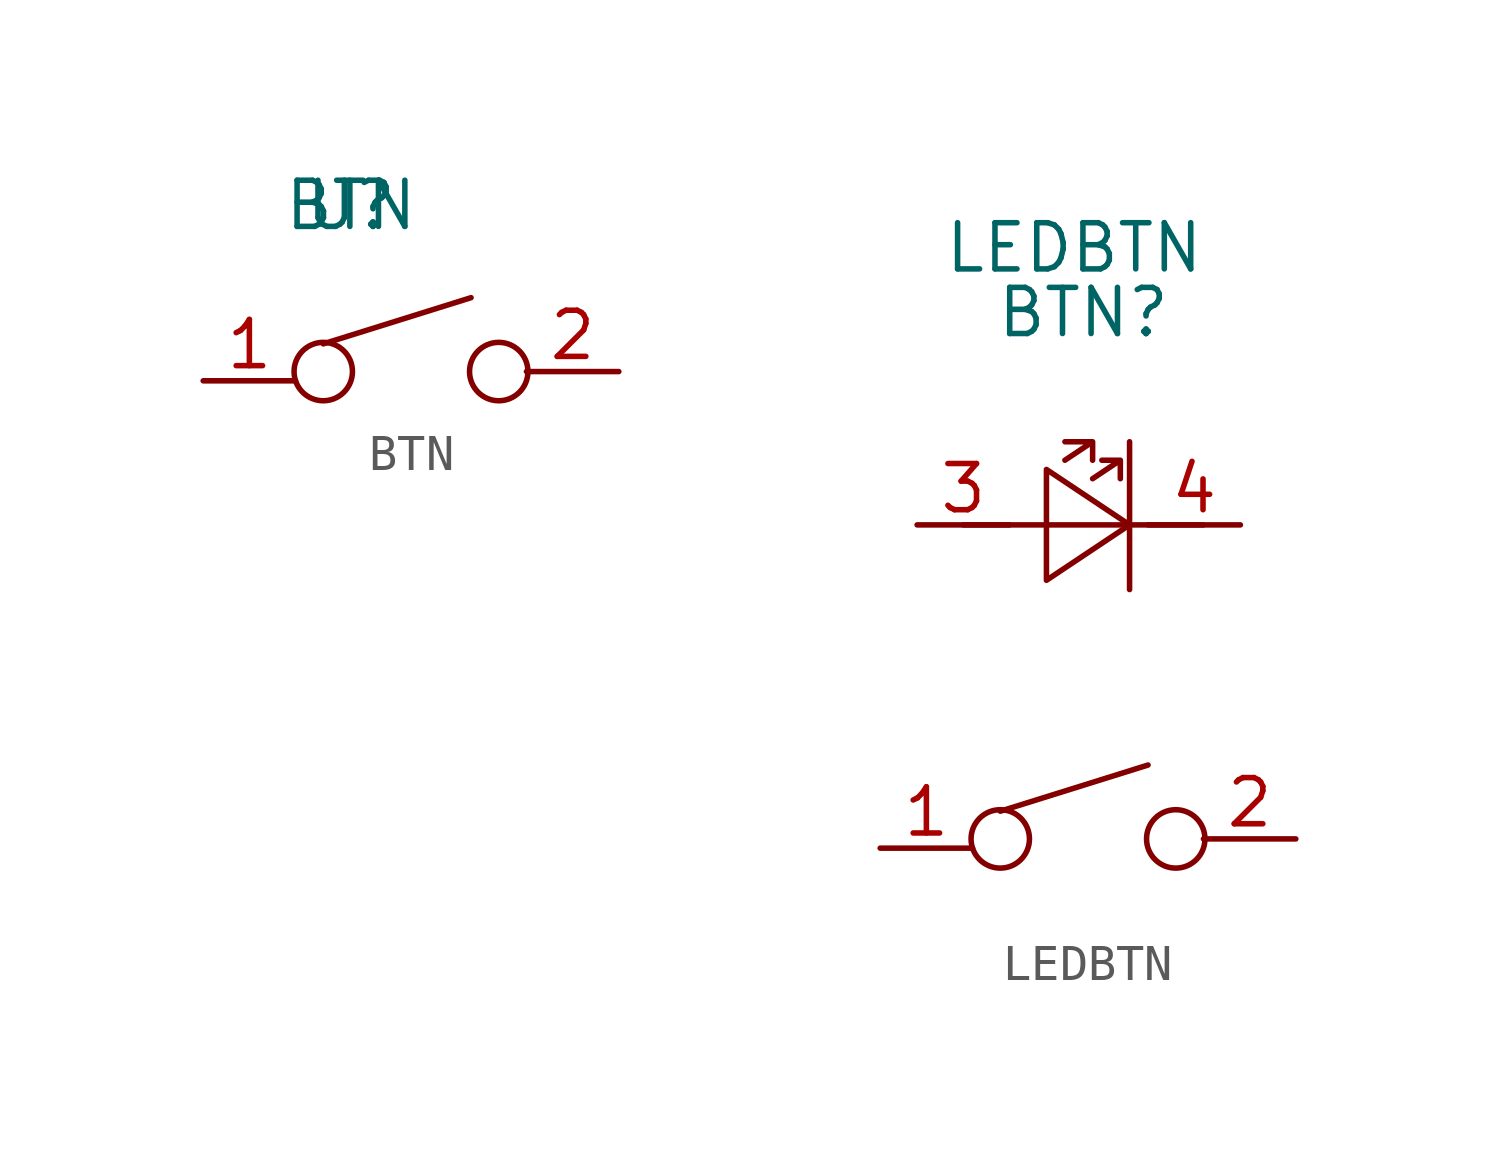
<source format=kicad_sym>
(kicad_symbol_lib
  (version 20211014)
  (generator kicad_symbol_editor)
  (symbol "BTN"
    (property "Reference" "U"
      (at 0 0 0)
      (effects (font (size 1.27 1.27))))
    (property "Value" "BTN"
      (at 0 0 0)
      (effects (font (size 1.27 1.27))))
    (symbol "BTN_0_1"
      (circle (center -0.762 -4.572) (radius 0.803) (stroke (width 0) (type default) (color 0 0 0 0)) (fill (type none)))
      (polyline (pts (xy -0.762 -3.81) (xy 3.302 -2.54)) (stroke (width 0) (type default) (color 0 0 0 0)) (fill (type none)))
      (circle (center 4.064 -4.572) (radius 0.803) (stroke (width 0) (type default) (color 0 0 0 0)) (fill (type none))))
    (symbol "BTN_1_1"
      (pin passive line (at -4.064 -4.826 0) (length 2.54) (name "" (effects (font (size 1.27 1.27)))) (number "1" (effects (font (size 1.27 1.27)))))
      (pin passive line (at 7.366 -4.572 180) (length 2.54) (name "" (effects (font (size 1.27 1.27)))) (number "2" (effects (font (size 1.27 1.27)))))))
  (symbol "LEDBTN"
    (property "Reference" "BTN"
      (at 0.762 7.874 0)
      (effects (font (size 1.27 1.27))))
    (property "Value" "LEDBTN"
      (at 0.508 9.652 0)
      (effects (font (size 1.27 1.27))))
    (symbol "LEDBTN_0_1"
      (circle (center -1.524 -6.604) (radius 0.803) (stroke (width 0) (type default) (color 0 0 0 0)) (fill (type none)))
      (polyline (pts (xy -2.54 2.032) (xy 4.064 2.032)) (stroke (width 0) (type default) (color 0 0 0 0)) (fill (type none)))
      (polyline (pts (xy -1.524 -5.842) (xy 2.54 -4.572)) (stroke (width 0) (type default) (color 0 0 0 0)) (fill (type none)))
      (polyline (pts (xy 2.032 0.254) (xy 2.032 4.318)) (stroke (width 0) (type default) (color 0 0 0 0)) (fill (type none)))
      (polyline (pts (xy -0.254 0.508) (xy -0.254 3.556) (xy 2.032 2.032) (xy -0.254 0.508) (xy -0.254 0.762)) (stroke (width 0) (type default) (color 0 0 0 0)) (fill (type none)))
      (polyline (pts (xy 0.254 3.81) (xy 1.016 4.318) (xy 0.254 4.318) (xy 1.016 4.318) (xy 1.016 3.81)) (stroke (width 0) (type default) (color 0 0 0 0)) (fill (type none)))
      (polyline (pts (xy 1.016 3.302) (xy 1.778 3.81) (xy 1.27 3.81) (xy 1.778 3.81) (xy 1.778 3.302)) (stroke (width 0) (type default) (color 0 0 0 0)) (fill (type none)))
      (circle (center 3.302 -6.604) (radius 0.803) (stroke (width 0) (type default) (color 0 0 0 0)) (fill (type none))))
    (symbol "LEDBTN_1_1"
      (pin passive line (at -4.826 -6.858 0) (length 2.54) (name "" (effects (font (size 1.27 1.27)))) (number "1" (effects (font (size 1.27 1.27)))))
      (pin passive line (at 6.604 -6.604 180) (length 2.54) (name "" (effects (font (size 1.27 1.27)))) (number "2" (effects (font (size 1.27 1.27)))))
      (pin passive line (at -3.81 2.032 0) (length 2.54) (name "" (effects (font (size 1.27 1.27)))) (number "3" (effects (font (size 1.27 1.27)))))
      (pin passive line (at 5.08 2.032 180) (length 2.54) (name "" (effects (font (size 1.27 1.27)))) (number "4" (effects (font (size 1.27 1.27))))))))
</source>
